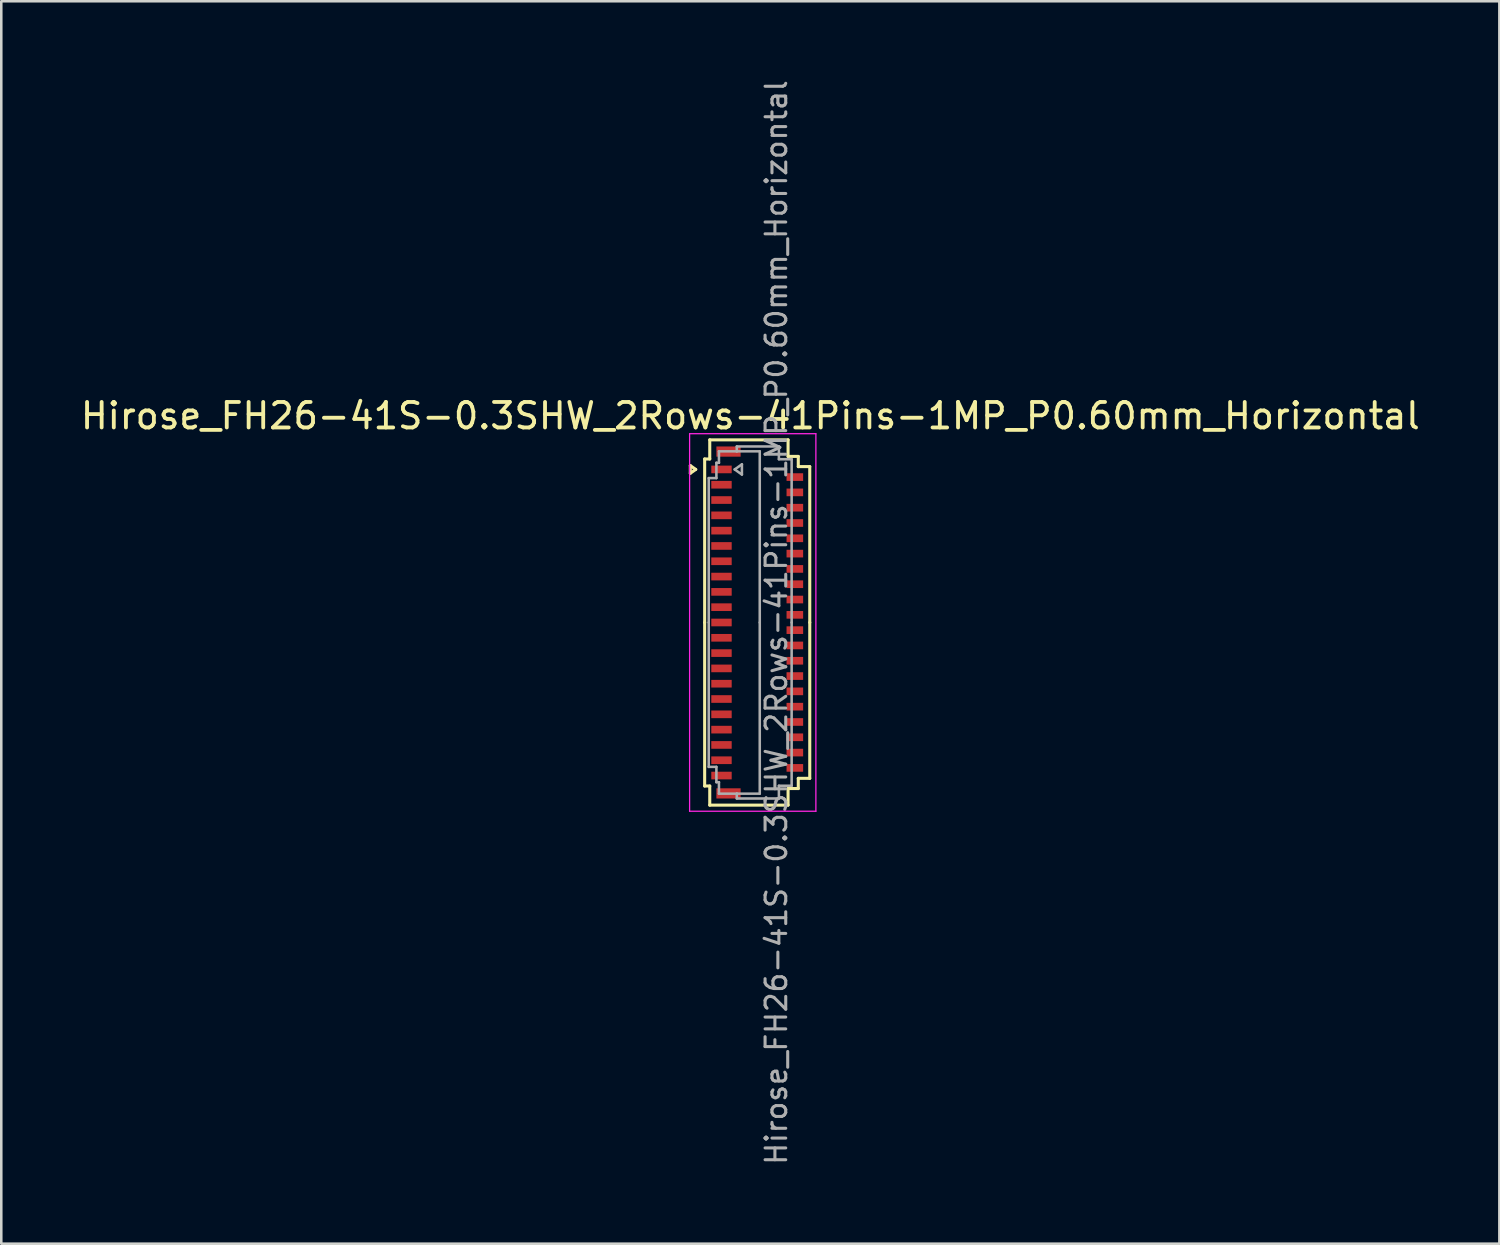
<source format=kicad_pcb>
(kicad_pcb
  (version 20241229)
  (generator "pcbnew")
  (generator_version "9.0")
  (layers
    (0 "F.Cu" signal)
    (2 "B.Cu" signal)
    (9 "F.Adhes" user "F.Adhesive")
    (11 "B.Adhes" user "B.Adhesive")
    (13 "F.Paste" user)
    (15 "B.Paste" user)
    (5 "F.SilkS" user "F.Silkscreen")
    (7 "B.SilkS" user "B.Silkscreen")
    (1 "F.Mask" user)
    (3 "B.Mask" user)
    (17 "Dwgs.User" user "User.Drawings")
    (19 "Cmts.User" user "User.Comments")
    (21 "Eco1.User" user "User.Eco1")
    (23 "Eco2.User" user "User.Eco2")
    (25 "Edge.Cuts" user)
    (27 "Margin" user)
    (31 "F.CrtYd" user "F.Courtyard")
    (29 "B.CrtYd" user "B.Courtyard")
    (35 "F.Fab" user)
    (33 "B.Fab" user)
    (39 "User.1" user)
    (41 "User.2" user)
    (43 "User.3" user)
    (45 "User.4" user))
  (footprint "Hirose_FH26-41S-0.3SHW_2Rows-41Pins-1MP_P0.60mm_Horizontal"
    (layer "F.Cu")
    (at 26.633 21.352)
    (property "Reference" "Hirose_FH26-41S-0.3SHW_2Rows-41Pins-1MP_P0.60mm_Horizontal" (at -0.27 -8.1 0) (layer "F.SilkS") (effects (font (size 1 1) (thickness 0.15))))
    (attr smd)
    (fp_line (start -2.622 -6.15) (end -2.41 -6) (stroke (width 0.12) (type solid)) (layer "F.SilkS"))
    (fp_line (start -2.622 -5.85) (end -2.622 -6.15) (stroke (width 0.12) (type solid)) (layer "F.SilkS"))
    (fp_line (start -2.41 -6) (end -2.622 -5.85) (stroke (width 0.12) (type solid)) (layer "F.SilkS"))
    (fp_line (start -2.06 -6.41) (end -2.06 0) (stroke (width 0.12) (type solid)) (layer "F.SilkS"))
    (fp_line (start -2.06 6.41) (end -2.06 0) (stroke (width 0.12) (type solid)) (layer "F.SilkS"))
    (fp_line (start -1.86 -7.16) (end -1.86 -6.41) (stroke (width 0.12) (type solid)) (layer "F.SilkS"))
    (fp_line (start -1.86 -6.41) (end -2.06 -6.41) (stroke (width 0.12) (type solid)) (layer "F.SilkS"))
    (fp_line (start -1.86 6.41) (end -2.06 6.41) (stroke (width 0.12) (type solid)) (layer "F.SilkS"))
    (fp_line (start -1.86 7.16) (end -1.86 6.41) (stroke (width 0.12) (type solid)) (layer "F.SilkS"))
    (fp_line (start 1.21 -7.16) (end -1.86 -7.16) (stroke (width 0.12) (type solid)) (layer "F.SilkS"))
    (fp_line (start 1.21 -6.51) (end 1.21 -7.16) (stroke (width 0.12) (type solid)) (layer "F.SilkS"))
    (fp_line (start 1.21 6.51) (end 1.21 7.16) (stroke (width 0.12) (type solid)) (layer "F.SilkS"))
    (fp_line (start 1.21 7.16) (end -1.86 7.16) (stroke (width 0.12) (type solid)) (layer "F.SilkS"))
    (fp_line (start 1.61 -6.51) (end 1.21 -6.51) (stroke (width 0.12) (type solid)) (layer "F.SilkS"))
    (fp_line (start 1.61 -6.11) (end 1.61 -6.51) (stroke (width 0.12) (type solid)) (layer "F.SilkS"))
    (fp_line (start 1.61 6.11) (end 1.61 6.51) (stroke (width 0.12) (type solid)) (layer "F.SilkS"))
    (fp_line (start 1.61 6.51) (end 1.21 6.51) (stroke (width 0.12) (type solid)) (layer "F.SilkS"))
    (fp_line (start 2.06 -6.11) (end 1.61 -6.11) (stroke (width 0.12) (type solid)) (layer "F.SilkS"))
    (fp_line (start 2.06 0) (end 2.06 -6.11) (stroke (width 0.12) (type solid)) (layer "F.SilkS"))
    (fp_line (start 2.06 0) (end 2.06 6.11) (stroke (width 0.12) (type solid)) (layer "F.SilkS"))
    (fp_line (start 2.06 6.11) (end 1.61 6.11) (stroke (width 0.12) (type solid)) (layer "F.SilkS"))
    (fp_line (start -2.65 -7.4) (end -2.65 7.4) (stroke (width 0.05) (type solid)) (layer "F.CrtYd"))
    (fp_line (start -2.65 7.4) (end 2.3 7.4) (stroke (width 0.05) (type solid)) (layer "F.CrtYd"))
    (fp_line (start 2.3 -7.4) (end -2.65 -7.4) (stroke (width 0.05) (type solid)) (layer "F.CrtYd"))
    (fp_line (start 2.3 7.4) (end 2.3 -7.4) (stroke (width 0.05) (type solid)) (layer "F.CrtYd"))
    (fp_line (start -1.9 -5.66) (end -1.6 -5.66) (stroke (width 0.1) (type solid)) (layer "F.Fab"))
    (fp_line (start -1.9 0) (end -1.9 -5.66) (stroke (width 0.1) (type solid)) (layer "F.Fab"))
    (fp_line (start -1.9 0) (end -1.9 5.66) (stroke (width 0.1) (type solid)) (layer "F.Fab"))
    (fp_line (start -1.9 5.66) (end -1.6 5.66) (stroke (width 0.1) (type solid)) (layer "F.Fab"))
    (fp_line (start -1.6 -6.26) (end -1.5 -6.26) (stroke (width 0.1) (type solid)) (layer "F.Fab"))
    (fp_line (start -1.6 -5.66) (end -1.6 -6.26) (stroke (width 0.1) (type solid)) (layer "F.Fab"))
    (fp_line (start -1.6 5.66) (end -1.6 6.26) (stroke (width 0.1) (type solid)) (layer "F.Fab"))
    (fp_line (start -1.6 6.26) (end -1.5 6.26) (stroke (width 0.1) (type solid)) (layer "F.Fab"))
    (fp_line (start -1.5 -6.71) (end -0.8 -6.71) (stroke (width 0.1) (type solid)) (layer "F.Fab"))
    (fp_line (start -1.5 -6.26) (end -1.5 -6.71) (stroke (width 0.1) (type solid)) (layer "F.Fab"))
    (fp_line (start -1.5 6.26) (end -1.5 6.71) (stroke (width 0.1) (type solid)) (layer "F.Fab"))
    (fp_line (start -1.5 6.71) (end -0.8 6.71) (stroke (width 0.1) (type solid)) (layer "F.Fab"))
    (fp_line (start -0.883 -6) (end -0.6 -5.8) (stroke (width 0.1) (type solid)) (layer "F.Fab"))
    (fp_line (start -0.8 -6.9) (end 0.85 -6.9) (stroke (width 0.1) (type solid)) (layer "F.Fab"))
    (fp_line (start -0.8 -6.71) (end -0.8 -6.9) (stroke (width 0.1) (type solid)) (layer "F.Fab"))
    (fp_line (start -0.8 6.71) (end -0.8 6.9) (stroke (width 0.1) (type solid)) (layer "F.Fab"))
    (fp_line (start -0.8 6.9) (end 0.85 6.9) (stroke (width 0.1) (type solid)) (layer "F.Fab"))
    (fp_line (start -0.6 -6.2) (end -0.883 -6) (stroke (width 0.1) (type solid)) (layer "F.Fab"))
    (fp_line (start -0.6 -5.8) (end -0.6 -6.2) (stroke (width 0.1) (type solid)) (layer "F.Fab"))
    (fp_line (start 0.1 -6.71) (end -0.8 -6.71) (stroke (width 0.1) (type solid)) (layer "F.Fab"))
    (fp_line (start 0.1 0) (end 0.1 -6.71) (stroke (width 0.1) (type solid)) (layer "F.Fab"))
    (fp_line (start 0.1 0) (end 0.1 6.71) (stroke (width 0.1) (type solid)) (layer "F.Fab"))
    (fp_line (start 0.1 6.71) (end -0.8 6.71) (stroke (width 0.1) (type solid)) (layer "F.Fab"))
    (fp_line (start 0.85 -6.9) (end 0.85 -6.4) (stroke (width 0.1) (type solid)) (layer "F.Fab"))
    (fp_line (start 0.85 -6.4) (end 1.35 -6.4) (stroke (width 0.1) (type solid)) (layer "F.Fab"))
    (fp_line (start 0.85 6.4) (end 1.35 6.4) (stroke (width 0.1) (type solid)) (layer "F.Fab"))
    (fp_line (start 0.85 6.9) (end 0.85 6.4) (stroke (width 0.1) (type solid)) (layer "F.Fab"))
    (fp_line (start 1.35 -6.4) (end 1.35 0) (stroke (width 0.1) (type solid)) (layer "F.Fab"))
    (fp_line (start 1.35 6.4) (end 1.35 0) (stroke (width 0.1) (type solid)) (layer "F.Fab"))
    (fp_text user "${REFERENCE}" (at 0.75 0 90) (layer "F.Fab") (effects (font (size 0.81 0.81) (thickness 0.12))))
    (pad "1" smd rect (at -1.4 -6) (size 0.8 0.3) (layers "F.Cu" "F.Mask" "F.Paste"))
    (pad "2" smd rect (at 1.475 -5.7) (size 0.65 0.3) (layers "F.Cu" "F.Mask" "F.Paste"))
    (pad "3" smd rect (at -1.4 -5.4) (size 0.8 0.3) (layers "F.Cu" "F.Mask" "F.Paste"))
    (pad "4" smd rect (at 1.475 -5.1) (size 0.65 0.3) (layers "F.Cu" "F.Mask" "F.Paste"))
    (pad "5" smd rect (at -1.4 -4.8) (size 0.8 0.3) (layers "F.Cu" "F.Mask" "F.Paste"))
    (pad "6" smd rect (at 1.475 -4.5) (size 0.65 0.3) (layers "F.Cu" "F.Mask" "F.Paste"))
    (pad "7" smd rect (at -1.4 -4.2) (size 0.8 0.3) (layers "F.Cu" "F.Mask" "F.Paste"))
    (pad "8" smd rect (at 1.475 -3.9) (size 0.65 0.3) (layers "F.Cu" "F.Mask" "F.Paste"))
    (pad "9" smd rect (at -1.4 -3.6) (size 0.8 0.3) (layers "F.Cu" "F.Mask" "F.Paste"))
    (pad "10" smd rect (at 1.475 -3.3) (size 0.65 0.3) (layers "F.Cu" "F.Mask" "F.Paste"))
    (pad "11" smd rect (at -1.4 -3) (size 0.8 0.3) (layers "F.Cu" "F.Mask" "F.Paste"))
    (pad "12" smd rect (at 1.475 -2.7) (size 0.65 0.3) (layers "F.Cu" "F.Mask" "F.Paste"))
    (pad "13" smd rect (at -1.4 -2.4) (size 0.8 0.3) (layers "F.Cu" "F.Mask" "F.Paste"))
    (pad "14" smd rect (at 1.475 -2.1) (size 0.65 0.3) (layers "F.Cu" "F.Mask" "F.Paste"))
    (pad "15" smd rect (at -1.4 -1.8) (size 0.8 0.3) (layers "F.Cu" "F.Mask" "F.Paste"))
    (pad "16" smd rect (at 1.475 -1.5) (size 0.65 0.3) (layers "F.Cu" "F.Mask" "F.Paste"))
    (pad "17" smd rect (at -1.4 -1.2) (size 0.8 0.3) (layers "F.Cu" "F.Mask" "F.Paste"))
    (pad "18" smd rect (at 1.475 -0.9) (size 0.65 0.3) (layers "F.Cu" "F.Mask" "F.Paste"))
    (pad "19" smd rect (at -1.4 -0.6) (size 0.8 0.3) (layers "F.Cu" "F.Mask" "F.Paste"))
    (pad "20" smd rect (at 1.475 -0.3) (size 0.65 0.3) (layers "F.Cu" "F.Mask" "F.Paste"))
    (pad "21" smd rect (at -1.4 0) (size 0.8 0.3) (layers "F.Cu" "F.Mask" "F.Paste"))
    (pad "22" smd rect (at 1.475 0.3) (size 0.65 0.3) (layers "F.Cu" "F.Mask" "F.Paste"))
    (pad "23" smd rect (at -1.4 0.6) (size 0.8 0.3) (layers "F.Cu" "F.Mask" "F.Paste"))
    (pad "24" smd rect (at 1.475 0.9) (size 0.65 0.3) (layers "F.Cu" "F.Mask" "F.Paste"))
    (pad "25" smd rect (at -1.4 1.2) (size 0.8 0.3) (layers "F.Cu" "F.Mask" "F.Paste"))
    (pad "26" smd rect (at 1.475 1.5) (size 0.65 0.3) (layers "F.Cu" "F.Mask" "F.Paste"))
    (pad "27" smd rect (at -1.4 1.8) (size 0.8 0.3) (layers "F.Cu" "F.Mask" "F.Paste"))
    (pad "28" smd rect (at 1.475 2.1) (size 0.65 0.3) (layers "F.Cu" "F.Mask" "F.Paste"))
    (pad "29" smd rect (at -1.4 2.4) (size 0.8 0.3) (layers "F.Cu" "F.Mask" "F.Paste"))
    (pad "30" smd rect (at 1.475 2.7) (size 0.65 0.3) (layers "F.Cu" "F.Mask" "F.Paste"))
    (pad "31" smd rect (at -1.4 3) (size 0.8 0.3) (layers "F.Cu" "F.Mask" "F.Paste"))
    (pad "32" smd rect (at 1.475 3.3) (size 0.65 0.3) (layers "F.Cu" "F.Mask" "F.Paste"))
    (pad "33" smd rect (at -1.4 3.6) (size 0.8 0.3) (layers "F.Cu" "F.Mask" "F.Paste"))
    (pad "34" smd rect (at 1.475 3.9) (size 0.65 0.3) (layers "F.Cu" "F.Mask" "F.Paste"))
    (pad "35" smd rect (at -1.4 4.2) (size 0.8 0.3) (layers "F.Cu" "F.Mask" "F.Paste"))
    (pad "36" smd rect (at 1.475 4.5) (size 0.65 0.3) (layers "F.Cu" "F.Mask" "F.Paste"))
    (pad "37" smd rect (at -1.4 4.8) (size 0.8 0.3) (layers "F.Cu" "F.Mask" "F.Paste"))
    (pad "38" smd rect (at 1.475 5.1) (size 0.65 0.3) (layers "F.Cu" "F.Mask" "F.Paste"))
    (pad "39" smd rect (at -1.4 5.4) (size 0.8 0.3) (layers "F.Cu" "F.Mask" "F.Paste"))
    (pad "40" smd rect (at 1.475 5.7) (size 0.65 0.3) (layers "F.Cu" "F.Mask" "F.Paste"))
    (pad "41" smd rect (at -1.4 6) (size 0.8 0.3) (layers "F.Cu" "F.Mask" "F.Paste"))
    (pad "MP" smd rect (at -1.125 -6.7) (size 0.95 0.4) (layers "F.Cu" "F.Mask" "F.Paste"))
    (pad "MP" smd rect (at -1.125 6.7) (size 0.95 0.4) (layers "F.Cu" "F.Mask" "F.Paste")))
  (gr_rect
    (start -3 -3)
    (end 55.726 45.704)
    (stroke (width 0.1) (type default))
    (fill no)
    (layer "Edge.Cuts")))
</source>
